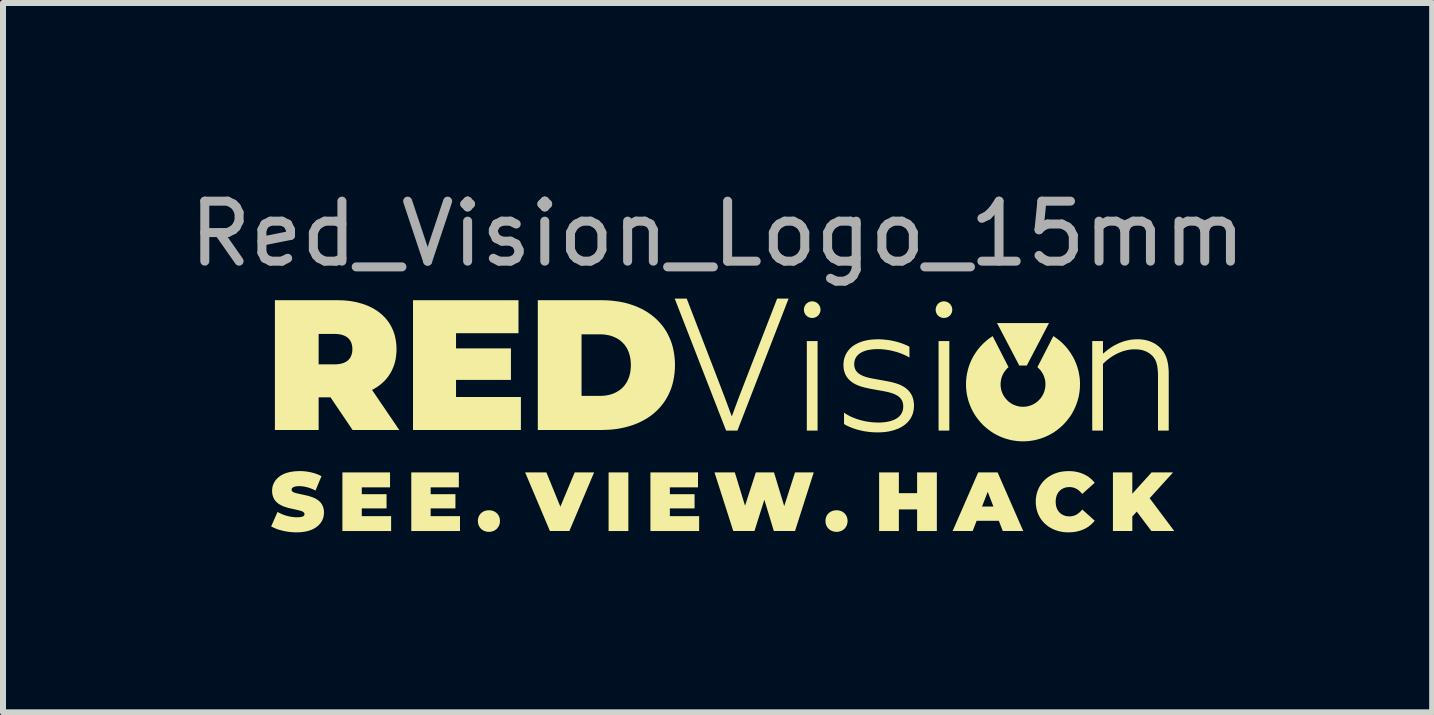
<source format=kicad_pcb>
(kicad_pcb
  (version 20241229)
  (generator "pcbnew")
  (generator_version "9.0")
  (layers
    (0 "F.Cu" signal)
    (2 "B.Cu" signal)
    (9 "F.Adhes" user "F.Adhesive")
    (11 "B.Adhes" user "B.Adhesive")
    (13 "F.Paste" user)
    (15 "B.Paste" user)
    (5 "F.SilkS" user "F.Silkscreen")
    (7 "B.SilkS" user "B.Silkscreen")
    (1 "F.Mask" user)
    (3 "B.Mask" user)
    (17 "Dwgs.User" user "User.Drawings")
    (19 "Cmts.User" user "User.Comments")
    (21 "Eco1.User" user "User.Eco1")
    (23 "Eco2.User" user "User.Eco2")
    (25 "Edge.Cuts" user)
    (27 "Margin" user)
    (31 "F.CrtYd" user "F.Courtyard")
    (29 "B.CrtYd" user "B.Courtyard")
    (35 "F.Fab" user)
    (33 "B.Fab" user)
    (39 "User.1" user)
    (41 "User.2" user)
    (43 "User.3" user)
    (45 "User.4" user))
  (footprint "Red_Vision_Logo_15mm"
    (layer "F.Cu")
    (at 8.986 3.848)
    (property "Reference" "Red_Vision_Logo_15mm" (at -0.075 -3 0) (unlocked yes) (layer "F.Fab") (effects (font (size 1 1) (thickness 0.15))))
    (attr board_only exclude_from_pos_files exclude_from_bom)
    (fp_poly (pts (xy 2.597 0.309) (xy 2.597 0.309) (xy 2.597 0.309)) (stroke (width 0) (type solid)) (fill yes) (layer "F.SilkS"))
    (fp_poly (pts (xy 4.678 1.953) (xy 4.678 1.953) (xy 4.678 1.953)) (stroke (width 0) (type solid)) (fill yes) (layer "F.SilkS"))
    (fp_poly (pts (xy -1.563 1.953) (xy -1.892 1.953) (xy -1.892 0.976) (xy -1.563 0.976)) (stroke (width 0) (type solid)) (fill yes) (layer "F.SilkS"))
    (fp_poly (pts (xy 1.591 0.279) (xy 1.412 0.279) (xy 1.412 -1.213) (xy 1.591 -1.213)) (stroke (width 0) (type solid)) (fill yes) (layer "F.SilkS"))
    (fp_poly (pts (xy 3.787 0.279) (xy 3.608 0.279) (xy 3.608 -1.213) (xy 3.787 -1.213)) (stroke (width 0) (type solid)) (fill yes) (layer "F.SilkS"))
    (fp_poly (pts (xy 5.078 -0.805) (xy 4.953 -0.805) (xy 4.582 -1.513) (xy 5.448 -1.513)) (stroke (width 0) (type solid)) (fill yes) (layer "F.SilkS"))
    (fp_poly (pts (xy -2.696 1.547) (xy -2.457 0.976) (xy -2.134 0.976) (xy -2.546 1.953) (xy -2.87 1.953) (xy -3.283 0.976) (xy -2.929 0.976)) (stroke (width 0) (type solid)) (fill yes) (layer "F.SilkS"))
    (fp_poly (pts (xy -5.535 1.225) (xy -6.006 1.225) (xy -6.006 1.339) (xy -5.593 1.339) (xy -5.593 1.576) (xy -6.006 1.576) (xy -6.006 1.705) (xy -5.517 1.705) (xy -5.517 1.953) (xy -6.329 1.953) (xy -6.329 0.976) (xy -5.535 0.976)) (stroke (width 0) (type solid)) (fill yes) (layer "F.SilkS"))
    (fp_poly (pts (xy -4.388 1.225) (xy -4.858 1.225) (xy -4.858 1.339) (xy -4.445 1.339) (xy -4.445 1.576) (xy -4.858 1.576) (xy -4.858 1.705) (xy -4.369 1.705) (xy -4.369 1.953) (xy -5.181 1.953) (xy -5.181 0.976) (xy -4.388 0.976)) (stroke (width 0) (type solid)) (fill yes) (layer "F.SilkS"))
    (fp_poly (pts (xy -3.394 -1.344) (xy -4.435 -1.344) (xy -4.435 -1.091) (xy -3.52 -1.091) (xy -3.52 -0.566) (xy -4.435 -0.566) (xy -4.435 -0.281) (xy -3.354 -0.281) (xy -3.354 0.269) (xy -5.152 0.269) (xy -5.152 -1.894) (xy -3.394 -1.894)) (stroke (width 0) (type solid)) (fill yes) (layer "F.SilkS"))
    (fp_poly (pts (xy -0.402 1.225) (xy -0.871 1.225) (xy -0.871 1.339) (xy -0.459 1.339) (xy -0.459 1.576) (xy -0.871 1.576) (xy -0.871 1.705) (xy -0.383 1.705) (xy -0.383 1.953) (xy -1.195 1.953) (xy -1.195 0.976) (xy -0.402 0.976)) (stroke (width 0) (type solid)) (fill yes) (layer "F.SilkS"))
    (fp_poly (pts (xy 2.946 1.322) (xy 3.25 1.322) (xy 3.25 0.976) (xy 3.579 0.976) (xy 3.579 1.953) (xy 3.25 1.953) (xy 3.25 1.593) (xy 2.946 1.593) (xy 2.946 1.953) (xy 2.617 1.953) (xy 2.617 0.976) (xy 2.946 0.976)) (stroke (width 0) (type solid)) (fill yes) (layer "F.SilkS"))
    (fp_poly (pts (xy 6.837 1.331) (xy 7.158 0.976) (xy 7.516 0.976) (xy 7.126 1.406) (xy 7.536 1.953) (xy 7.155 1.953) (xy 6.911 1.629) (xy 6.837 1.711) (xy 6.837 1.953) (xy 6.514 1.953) (xy 6.514 0.976) (xy 6.837 0.976)) (stroke (width 0) (type solid)) (fill yes) (layer "F.SilkS"))
    (fp_poly (pts (xy 0.382 1.531) (xy 0.562 0.976) (xy 0.865 0.976) (xy 1.035 1.538) (xy 1.215 0.976) (xy 1.527 0.976) (xy 1.215 1.953) (xy 0.862 1.953) (xy 0.704 1.431) (xy 0.539 1.953) (xy 0.186 1.953) (xy -0.127 0.976) (xy 0.212 0.976)) (stroke (width 0) (type solid)) (fill yes) (layer "F.SilkS"))
    (fp_poly (pts (xy -0.082 -0.603) (xy 0.038 -0.289) (xy 0.098 -0.129) (xy 0.158 0.035) (xy 0.164 0.035) (xy 0.285 -0.29) (xy 0.346 -0.448) (xy 0.407 -0.606) (xy 0.917 -1.921) (xy 1.108 -1.921) (xy 0.255 0.279) (xy 0.066 0.279) (xy 0.066 0.278) (xy -0.79 -1.921) (xy -0.59 -1.921)) (stroke (width 0) (type solid)) (fill yes) (layer "F.SilkS"))
    (fp_poly (pts (xy 5.019 1.953) (xy 4.678 1.953) (xy 4.613 1.783) (xy 4.242 1.783) (xy 4.176 1.953) (xy 3.842 1.953) (xy 4.02 1.545) (xy 4.332 1.545) (xy 4.332 1.545) (xy 4.522 1.545) (xy 4.427 1.3) (xy 4.332 1.545) (xy 4.02 1.545) (xy 4.268 0.976) (xy 4.592 0.976)) (stroke (width 0) (type solid)) (fill yes) (layer "F.SilkS"))
    (fp_poly (pts (xy 6.951 -1.243) (xy 6.98 -1.241) (xy 7.008 -1.238) (xy 7.035 -1.234) (xy 7.062 -1.229) (xy 7.088 -1.222) (xy 7.113 -1.215) (xy 7.138 -1.206) (xy 7.161 -1.196) (xy 7.184 -1.185) (xy 7.207 -1.173) (xy 7.229 -1.16) (xy 7.249 -1.145) (xy 7.27 -1.129) (xy 7.289 -1.113) (xy 7.308 -1.094) (xy 7.326 -1.075) (xy 7.342 -1.054) (xy 7.358 -1.033) (xy 7.371 -1.01) (xy 7.384 -0.987) (xy 7.395 -0.962) (xy 7.405 -0.937) (xy 7.414 -0.91) (xy 7.421 -0.882) (xy 7.428 -0.853) (xy 7.433 -0.823) (xy 7.437 -0.791) (xy 7.44 -0.759) (xy 7.443 -0.724) (xy 7.444 -0.688) (xy 7.444 -0.651) (xy 7.444 0.279) (xy 7.265 0.279) (xy 7.265 -0.627) (xy 7.265 -0.657) (xy 7.264 -0.686) (xy 7.262 -0.713) (xy 7.26 -0.739) (xy 7.257 -0.764) (xy 7.254 -0.788) (xy 7.249 -0.811) (xy 7.244 -0.832) (xy 7.238 -0.853) (xy 7.231 -0.873) (xy 7.223 -0.891) (xy 7.214 -0.909) (xy 7.204 -0.925) (xy 7.193 -0.941) (xy 7.181 -0.956) (xy 7.168 -0.97) (xy 7.154 -0.983) (xy 7.14 -0.994) (xy 7.126 -1.006) (xy 7.11 -1.016) (xy 7.094 -1.025) (xy 7.078 -1.034) (xy 7.061 -1.042) (xy 7.043 -1.049) (xy 7.025 -1.055) (xy 7.006 -1.061) (xy 6.986 -1.066) (xy 6.966 -1.069) (xy 6.945 -1.072) (xy 6.924 -1.074) (xy 6.902 -1.076) (xy 6.879 -1.076) (xy 6.842 -1.075) (xy 6.805 -1.072) (xy 6.768 -1.066) (xy 6.732 -1.058) (xy 6.696 -1.049) (xy 6.661 -1.037) (xy 6.626 -1.023) (xy 6.592 -1.008) (xy 6.559 -0.991) (xy 6.526 -0.973) (xy 6.494 -0.953) (xy 6.463 -0.931) (xy 6.433 -0.909) (xy 6.403 -0.885) (xy 6.375 -0.859) (xy 6.348 -0.833) (xy 6.348 0.279) (xy 6.169 0.279) (xy 6.169 -1.213) (xy 6.348 -1.213) (xy 6.348 -1.009) (xy 6.354 -1.006) (xy 6.379 -1.029) (xy 6.406 -1.051) (xy 6.434 -1.073) (xy 6.464 -1.094) (xy 6.495 -1.115) (xy 6.528 -1.135) (xy 6.562 -1.153) (xy 6.597 -1.17) (xy 6.633 -1.186) (xy 6.671 -1.2) (xy 6.71 -1.213) (xy 6.75 -1.223) (xy 6.792 -1.232) (xy 6.834 -1.238) (xy 6.877 -1.242) (xy 6.922 -1.243)) (stroke (width 0) (type solid)) (fill yes) (layer "F.SilkS"))
    (fp_poly (pts (xy -3.877 1.607) (xy -3.868 1.608) (xy -3.858 1.609) (xy -3.849 1.61) (xy -3.84 1.612) (xy -3.831 1.614) (xy -3.822 1.617) (xy -3.814 1.62) (xy -3.806 1.623) (xy -3.798 1.627) (xy -3.79 1.631) (xy -3.783 1.635) (xy -3.776 1.64) (xy -3.769 1.645) (xy -3.762 1.65) (xy -3.756 1.656) (xy -3.75 1.662) (xy -3.744 1.668) (xy -3.739 1.675) (xy -3.734 1.682) (xy -3.729 1.689) (xy -3.724 1.696) (xy -3.721 1.704) (xy -3.717 1.712) (xy -3.714 1.72) (xy -3.711 1.729) (xy -3.708 1.738) (xy -3.706 1.747) (xy -3.705 1.756) (xy -3.704 1.766) (xy -3.703 1.775) (xy -3.703 1.785) (xy -3.703 1.795) (xy -3.704 1.805) (xy -3.705 1.814) (xy -3.706 1.824) (xy -3.708 1.833) (xy -3.711 1.841) (xy -3.714 1.85) (xy -3.717 1.858) (xy -3.721 1.867) (xy -3.724 1.874) (xy -3.729 1.882) (xy -3.734 1.889) (xy -3.739 1.896) (xy -3.744 1.903) (xy -3.75 1.91) (xy -3.756 1.916) (xy -3.762 1.922) (xy -3.769 1.927) (xy -3.776 1.932) (xy -3.783 1.937) (xy -3.79 1.942) (xy -3.798 1.946) (xy -3.806 1.95) (xy -3.814 1.953) (xy -3.822 1.956) (xy -3.831 1.959) (xy -3.84 1.961) (xy -3.849 1.963) (xy -3.858 1.965) (xy -3.868 1.966) (xy -3.877 1.966) (xy -3.887 1.967) (xy -3.897 1.966) (xy -3.906 1.966) (xy -3.916 1.965) (xy -3.925 1.963) (xy -3.934 1.961) (xy -3.943 1.959) (xy -3.951 1.956) (xy -3.96 1.953) (xy -3.968 1.95) (xy -3.976 1.946) (xy -3.984 1.942) (xy -3.991 1.937) (xy -3.998 1.932) (xy -4.005 1.927) (xy -4.012 1.922) (xy -4.018 1.916) (xy -4.024 1.91) (xy -4.03 1.903) (xy -4.035 1.896) (xy -4.04 1.889) (xy -4.045 1.882) (xy -4.049 1.874) (xy -4.053 1.867) (xy -4.057 1.858) (xy -4.06 1.85) (xy -4.063 1.842) (xy -4.065 1.833) (xy -4.067 1.824) (xy -4.069 1.814) (xy -4.07 1.805) (xy -4.071 1.795) (xy -4.071 1.785) (xy -4.071 1.775) (xy -4.07 1.766) (xy -4.069 1.756) (xy -4.067 1.747) (xy -4.065 1.738) (xy -4.063 1.729) (xy -4.06 1.72) (xy -4.057 1.712) (xy -4.053 1.704) (xy -4.049 1.696) (xy -4.045 1.689) (xy -4.04 1.682) (xy -4.035 1.675) (xy -4.03 1.668) (xy -4.024 1.662) (xy -4.018 1.656) (xy -4.012 1.65) (xy -4.005 1.645) (xy -3.998 1.64) (xy -3.991 1.635) (xy -3.984 1.631) (xy -3.976 1.627) (xy -3.968 1.623) (xy -3.96 1.62) (xy -3.951 1.617) (xy -3.943 1.614) (xy -3.934 1.612) (xy -3.925 1.61) (xy -3.916 1.609) (xy -3.906 1.608) (xy -3.897 1.607) (xy -3.887 1.607)) (stroke (width 0) (type solid)) (fill yes) (layer "F.SilkS"))
    (fp_poly (pts (xy 1.507 -1.875) (xy 1.515 -1.874) (xy 1.522 -1.873) (xy 1.529 -1.872) (xy 1.536 -1.871) (xy 1.542 -1.869) (xy 1.549 -1.867) (xy 1.555 -1.864) (xy 1.562 -1.861) (xy 1.568 -1.858) (xy 1.573 -1.855) (xy 1.579 -1.851) (xy 1.585 -1.847) (xy 1.59 -1.843) (xy 1.595 -1.838) (xy 1.6 -1.834) (xy 1.604 -1.829) (xy 1.609 -1.824) (xy 1.613 -1.818) (xy 1.616 -1.813) (xy 1.62 -1.807) (xy 1.623 -1.801) (xy 1.626 -1.795) (xy 1.629 -1.789) (xy 1.632 -1.783) (xy 1.634 -1.776) (xy 1.636 -1.77) (xy 1.637 -1.763) (xy 1.638 -1.756) (xy 1.639 -1.749) (xy 1.64 -1.742) (xy 1.64 -1.735) (xy 1.64 -1.728) (xy 1.639 -1.721) (xy 1.638 -1.714) (xy 1.637 -1.708) (xy 1.636 -1.701) (xy 1.634 -1.695) (xy 1.632 -1.688) (xy 1.629 -1.682) (xy 1.626 -1.676) (xy 1.623 -1.67) (xy 1.62 -1.664) (xy 1.616 -1.659) (xy 1.613 -1.653) (xy 1.609 -1.648) (xy 1.604 -1.643) (xy 1.6 -1.638) (xy 1.595 -1.634) (xy 1.59 -1.63) (xy 1.585 -1.626) (xy 1.579 -1.622) (xy 1.573 -1.618) (xy 1.568 -1.615) (xy 1.562 -1.612) (xy 1.555 -1.609) (xy 1.549 -1.607) (xy 1.542 -1.605) (xy 1.536 -1.603) (xy 1.529 -1.601) (xy 1.522 -1.6) (xy 1.515 -1.599) (xy 1.507 -1.599) (xy 1.5 -1.599) (xy 1.493 -1.599) (xy 1.486 -1.599) (xy 1.479 -1.6) (xy 1.472 -1.601) (xy 1.466 -1.603) (xy 1.459 -1.605) (xy 1.453 -1.607) (xy 1.447 -1.609) (xy 1.441 -1.612) (xy 1.435 -1.615) (xy 1.429 -1.618) (xy 1.423 -1.622) (xy 1.418 -1.626) (xy 1.413 -1.63) (xy 1.408 -1.634) (xy 1.403 -1.639) (xy 1.399 -1.643) (xy 1.394 -1.648) (xy 1.39 -1.653) (xy 1.387 -1.659) (xy 1.383 -1.664) (xy 1.38 -1.67) (xy 1.377 -1.676) (xy 1.374 -1.682) (xy 1.372 -1.688) (xy 1.369 -1.695) (xy 1.368 -1.701) (xy 1.366 -1.708) (xy 1.365 -1.714) (xy 1.364 -1.721) (xy 1.364 -1.728) (xy 1.363 -1.735) (xy 1.364 -1.742) (xy 1.364 -1.749) (xy 1.365 -1.756) (xy 1.366 -1.763) (xy 1.368 -1.77) (xy 1.369 -1.776) (xy 1.372 -1.783) (xy 1.374 -1.789) (xy 1.377 -1.795) (xy 1.38 -1.801) (xy 1.383 -1.807) (xy 1.387 -1.813) (xy 1.39 -1.818) (xy 1.394 -1.824) (xy 1.399 -1.829) (xy 1.403 -1.834) (xy 1.408 -1.838) (xy 1.413 -1.843) (xy 1.418 -1.847) (xy 1.424 -1.851) (xy 1.429 -1.855) (xy 1.435 -1.858) (xy 1.441 -1.861) (xy 1.447 -1.864) (xy 1.453 -1.867) (xy 1.459 -1.869) (xy 1.466 -1.871) (xy 1.472 -1.872) (xy 1.479 -1.873) (xy 1.486 -1.874) (xy 1.493 -1.875) (xy 1.5 -1.875)) (stroke (width 0) (type solid)) (fill yes) (layer "F.SilkS"))
    (fp_poly (pts (xy 1.917 1.607) (xy 1.926 1.608) (xy 1.936 1.609) (xy 1.945 1.61) (xy 1.954 1.612) (xy 1.963 1.614) (xy 1.971 1.617) (xy 1.98 1.62) (xy 1.988 1.623) (xy 1.996 1.627) (xy 2.004 1.631) (xy 2.011 1.635) (xy 2.018 1.64) (xy 2.025 1.645) (xy 2.032 1.65) (xy 2.038 1.656) (xy 2.044 1.662) (xy 2.05 1.668) (xy 2.055 1.675) (xy 2.06 1.682) (xy 2.065 1.689) (xy 2.069 1.696) (xy 2.073 1.704) (xy 2.077 1.712) (xy 2.08 1.72) (xy 2.083 1.729) (xy 2.085 1.738) (xy 2.087 1.747) (xy 2.089 1.756) (xy 2.09 1.766) (xy 2.091 1.775) (xy 2.091 1.785) (xy 2.091 1.795) (xy 2.09 1.805) (xy 2.089 1.814) (xy 2.087 1.824) (xy 2.085 1.833) (xy 2.083 1.841) (xy 2.08 1.85) (xy 2.077 1.858) (xy 2.073 1.867) (xy 2.069 1.874) (xy 2.065 1.882) (xy 2.06 1.889) (xy 2.055 1.896) (xy 2.05 1.903) (xy 2.044 1.91) (xy 2.038 1.916) (xy 2.032 1.922) (xy 2.025 1.927) (xy 2.018 1.932) (xy 2.011 1.937) (xy 2.004 1.942) (xy 1.996 1.946) (xy 1.988 1.95) (xy 1.98 1.953) (xy 1.971 1.956) (xy 1.963 1.959) (xy 1.954 1.961) (xy 1.945 1.963) (xy 1.936 1.965) (xy 1.926 1.966) (xy 1.917 1.966) (xy 1.907 1.967) (xy 1.897 1.966) (xy 1.888 1.966) (xy 1.878 1.965) (xy 1.869 1.963) (xy 1.86 1.961) (xy 1.851 1.959) (xy 1.842 1.956) (xy 1.834 1.953) (xy 1.826 1.95) (xy 1.818 1.946) (xy 1.81 1.942) (xy 1.803 1.937) (xy 1.795 1.932) (xy 1.789 1.927) (xy 1.782 1.922) (xy 1.776 1.916) (xy 1.77 1.91) (xy 1.764 1.903) (xy 1.758 1.896) (xy 1.753 1.889) (xy 1.749 1.882) (xy 1.744 1.874) (xy 1.74 1.867) (xy 1.737 1.858) (xy 1.734 1.85) (xy 1.731 1.842) (xy 1.728 1.833) (xy 1.726 1.824) (xy 1.725 1.814) (xy 1.724 1.805) (xy 1.723 1.795) (xy 1.723 1.785) (xy 1.723 1.775) (xy 1.724 1.766) (xy 1.725 1.756) (xy 1.726 1.747) (xy 1.728 1.738) (xy 1.731 1.729) (xy 1.734 1.72) (xy 1.737 1.712) (xy 1.74 1.704) (xy 1.744 1.696) (xy 1.749 1.689) (xy 1.753 1.682) (xy 1.758 1.675) (xy 1.764 1.668) (xy 1.77 1.662) (xy 1.776 1.656) (xy 1.782 1.65) (xy 1.789 1.645) (xy 1.795 1.64) (xy 1.803 1.635) (xy 1.81 1.631) (xy 1.818 1.627) (xy 1.826 1.623) (xy 1.834 1.62) (xy 1.842 1.617) (xy 1.851 1.614) (xy 1.86 1.612) (xy 1.869 1.61) (xy 1.878 1.609) (xy 1.888 1.608) (xy 1.897 1.607) (xy 1.907 1.607)) (stroke (width 0) (type solid)) (fill yes) (layer "F.SilkS"))
    (fp_poly (pts (xy 3.703 -1.875) (xy 3.711 -1.874) (xy 3.718 -1.873) (xy 3.725 -1.872) (xy 3.732 -1.871) (xy 3.738 -1.869) (xy 3.745 -1.867) (xy 3.751 -1.864) (xy 3.758 -1.861) (xy 3.764 -1.858) (xy 3.769 -1.855) (xy 3.775 -1.851) (xy 3.781 -1.847) (xy 3.786 -1.843) (xy 3.791 -1.838) (xy 3.796 -1.834) (xy 3.8 -1.829) (xy 3.805 -1.824) (xy 3.809 -1.818) (xy 3.812 -1.813) (xy 3.816 -1.807) (xy 3.819 -1.801) (xy 3.822 -1.795) (xy 3.825 -1.789) (xy 3.828 -1.783) (xy 3.83 -1.776) (xy 3.832 -1.77) (xy 3.833 -1.763) (xy 3.834 -1.756) (xy 3.835 -1.749) (xy 3.836 -1.742) (xy 3.836 -1.735) (xy 3.836 -1.728) (xy 3.835 -1.721) (xy 3.834 -1.714) (xy 3.833 -1.708) (xy 3.832 -1.701) (xy 3.83 -1.695) (xy 3.828 -1.688) (xy 3.825 -1.682) (xy 3.822 -1.676) (xy 3.819 -1.67) (xy 3.816 -1.664) (xy 3.812 -1.659) (xy 3.809 -1.653) (xy 3.805 -1.648) (xy 3.8 -1.643) (xy 3.796 -1.638) (xy 3.791 -1.634) (xy 3.786 -1.63) (xy 3.781 -1.626) (xy 3.775 -1.622) (xy 3.769 -1.618) (xy 3.764 -1.615) (xy 3.758 -1.612) (xy 3.751 -1.609) (xy 3.745 -1.607) (xy 3.738 -1.605) (xy 3.732 -1.603) (xy 3.725 -1.601) (xy 3.718 -1.6) (xy 3.711 -1.599) (xy 3.703 -1.599) (xy 3.696 -1.599) (xy 3.689 -1.599) (xy 3.682 -1.599) (xy 3.675 -1.6) (xy 3.668 -1.601) (xy 3.662 -1.603) (xy 3.655 -1.605) (xy 3.649 -1.607) (xy 3.643 -1.609) (xy 3.637 -1.612) (xy 3.631 -1.615) (xy 3.625 -1.618) (xy 3.619 -1.622) (xy 3.614 -1.626) (xy 3.609 -1.63) (xy 3.604 -1.634) (xy 3.599 -1.639) (xy 3.595 -1.643) (xy 3.59 -1.648) (xy 3.586 -1.653) (xy 3.583 -1.659) (xy 3.579 -1.664) (xy 3.576 -1.67) (xy 3.573 -1.676) (xy 3.57 -1.682) (xy 3.568 -1.688) (xy 3.565 -1.695) (xy 3.564 -1.701) (xy 3.562 -1.708) (xy 3.561 -1.714) (xy 3.56 -1.721) (xy 3.56 -1.728) (xy 3.559 -1.735) (xy 3.56 -1.742) (xy 3.56 -1.749) (xy 3.561 -1.756) (xy 3.562 -1.763) (xy 3.564 -1.77) (xy 3.565 -1.776) (xy 3.568 -1.783) (xy 3.57 -1.789) (xy 3.573 -1.795) (xy 3.576 -1.801) (xy 3.579 -1.807) (xy 3.583 -1.813) (xy 3.586 -1.818) (xy 3.59 -1.824) (xy 3.595 -1.829) (xy 3.599 -1.834) (xy 3.604 -1.838) (xy 3.609 -1.843) (xy 3.614 -1.847) (xy 3.619 -1.851) (xy 3.625 -1.855) (xy 3.631 -1.858) (xy 3.637 -1.861) (xy 3.643 -1.864) (xy 3.649 -1.867) (xy 3.655 -1.869) (xy 3.662 -1.871) (xy 3.668 -1.872) (xy 3.675 -1.873) (xy 3.682 -1.874) (xy 3.689 -1.875) (xy 3.696 -1.875)) (stroke (width 0) (type solid)) (fill yes) (layer "F.SilkS"))
    (fp_poly (pts (xy -1.939 -1.893) (xy -1.873 -1.889) (xy -1.809 -1.883) (xy -1.746 -1.875) (xy -1.685 -1.865) (xy -1.625 -1.852) (xy -1.567 -1.837) (xy -1.511 -1.819) (xy -1.456 -1.8) (xy -1.403 -1.778) (xy -1.352 -1.755) (xy -1.302 -1.729) (xy -1.255 -1.701) (xy -1.21 -1.671) (xy -1.166 -1.639) (xy -1.125 -1.605) (xy -1.086 -1.569) (xy -1.049 -1.531) (xy -1.014 -1.491) (xy -0.981 -1.45) (xy -0.951 -1.406) (xy -0.923 -1.361) (xy -0.898 -1.313) (xy -0.875 -1.265) (xy -0.854 -1.214) (xy -0.836 -1.161) (xy -0.821 -1.107) (xy -0.809 -1.052) (xy -0.799 -0.994) (xy -0.792 -0.935) (xy -0.787 -0.875) (xy -0.786 -0.813) (xy -0.787 -0.751) (xy -0.792 -0.69) (xy -0.799 -0.631) (xy -0.809 -0.574) (xy -0.821 -0.518) (xy -0.836 -0.464) (xy -0.854 -0.411) (xy -0.875 -0.361) (xy -0.898 -0.312) (xy -0.923 -0.265) (xy -0.951 -0.219) (xy -0.981 -0.176) (xy -1.014 -0.134) (xy -1.049 -0.094) (xy -1.086 -0.056) (xy -1.125 -0.02) (xy -1.166 0.014) (xy -1.21 0.046) (xy -1.255 0.076) (xy -1.302 0.103) (xy -1.352 0.129) (xy -1.403 0.153) (xy -1.456 0.175) (xy -1.511 0.194) (xy -1.567 0.211) (xy -1.625 0.226) (xy -1.685 0.239) (xy -1.746 0.25) (xy -1.809 0.258) (xy -1.873 0.264) (xy -2.006 0.269) (xy -3.072 0.269) (xy -3.072 -0.3) (xy -2.343 -0.3) (xy -2.037 -0.3) (xy -2.009 -0.3) (xy -1.981 -0.302) (xy -1.954 -0.304) (xy -1.927 -0.308) (xy -1.901 -0.313) (xy -1.876 -0.319) (xy -1.852 -0.325) (xy -1.828 -0.333) (xy -1.805 -0.342) (xy -1.782 -0.352) (xy -1.761 -0.363) (xy -1.74 -0.375) (xy -1.72 -0.388) (xy -1.7 -0.402) (xy -1.682 -0.416) (xy -1.665 -0.432) (xy -1.648 -0.449) (xy -1.632 -0.467) (xy -1.618 -0.485) (xy -1.604 -0.505) (xy -1.591 -0.526) (xy -1.579 -0.547) (xy -1.569 -0.57) (xy -1.559 -0.593) (xy -1.55 -0.617) (xy -1.543 -0.643) (xy -1.536 -0.669) (xy -1.531 -0.696) (xy -1.527 -0.724) (xy -1.524 -0.752) (xy -1.522 -0.782) (xy -1.521 -0.813) (xy -1.522 -0.843) (xy -1.524 -0.873) (xy -1.527 -0.902) (xy -1.531 -0.93) (xy -1.536 -0.957) (xy -1.543 -0.983) (xy -1.55 -1.008) (xy -1.559 -1.032) (xy -1.569 -1.056) (xy -1.579 -1.078) (xy -1.591 -1.1) (xy -1.604 -1.12) (xy -1.618 -1.14) (xy -1.632 -1.159) (xy -1.648 -1.176) (xy -1.665 -1.193) (xy -1.682 -1.209) (xy -1.7 -1.224) (xy -1.72 -1.238) (xy -1.74 -1.251) (xy -1.761 -1.262) (xy -1.782 -1.273) (xy -1.805 -1.283) (xy -1.828 -1.292) (xy -1.852 -1.3) (xy -1.876 -1.307) (xy -1.901 -1.312) (xy -1.927 -1.317) (xy -1.954 -1.321) (xy -1.981 -1.324) (xy -2.009 -1.325) (xy -2.037 -1.326) (xy -2.343 -1.326) (xy -2.343 -0.3) (xy -3.072 -0.3) (xy -3.072 -1.894) (xy -2.006 -1.894)) (stroke (width 0) (type solid)) (fill yes) (layer "F.SilkS"))
    (fp_poly (pts (xy -6.357 -1.893) (xy -6.302 -1.891) (xy -6.249 -1.886) (xy -6.197 -1.88) (xy -6.147 -1.872) (xy -6.098 -1.862) (xy -6.051 -1.85) (xy -6.005 -1.837) (xy -5.96 -1.822) (xy -5.917 -1.806) (xy -5.876 -1.788) (xy -5.836 -1.768) (xy -5.798 -1.747) (xy -5.762 -1.724) (xy -5.727 -1.7) (xy -5.694 -1.674) (xy -5.663 -1.647) (xy -5.633 -1.618) (xy -5.606 -1.588) (xy -5.58 -1.557) (xy -5.556 -1.524) (xy -5.534 -1.49) (xy -5.514 -1.454) (xy -5.496 -1.417) (xy -5.48 -1.379) (xy -5.466 -1.34) (xy -5.454 -1.299) (xy -5.445 -1.257) (xy -5.437 -1.214) (xy -5.432 -1.17) (xy -5.428 -1.125) (xy -5.427 -1.078) (xy -5.427 -1.049) (xy -5.429 -1.021) (xy -5.431 -0.993) (xy -5.434 -0.965) (xy -5.438 -0.938) (xy -5.442 -0.911) (xy -5.448 -0.885) (xy -5.454 -0.859) (xy -5.461 -0.834) (xy -5.469 -0.809) (xy -5.478 -0.785) (xy -5.488 -0.761) (xy -5.498 -0.738) (xy -5.509 -0.715) (xy -5.521 -0.693) (xy -5.534 -0.671) (xy -5.547 -0.65) (xy -5.561 -0.629) (xy -5.576 -0.609) (xy -5.592 -0.59) (xy -5.608 -0.571) (xy -5.625 -0.552) (xy -5.643 -0.534) (xy -5.662 -0.517) (xy -5.681 -0.5) (xy -5.701 -0.484) (xy -5.722 -0.468) (xy -5.743 -0.453) (xy -5.765 -0.439) (xy -5.788 -0.425) (xy -5.811 -0.411) (xy -5.835 -0.399) (xy -5.381 0.269) (xy -6.159 0.269) (xy -6.527 -0.275) (xy -6.725 -0.275) (xy -6.725 0.269) (xy -7.454 0.269) (xy -7.454 -0.825) (xy -6.725 -0.825) (xy -6.459 -0.825) (xy -6.441 -0.825) (xy -6.423 -0.826) (xy -6.406 -0.828) (xy -6.389 -0.83) (xy -6.373 -0.832) (xy -6.357 -0.835) (xy -6.342 -0.839) (xy -6.328 -0.843) (xy -6.315 -0.847) (xy -6.301 -0.852) (xy -6.289 -0.858) (xy -6.277 -0.864) (xy -6.266 -0.87) (xy -6.255 -0.877) (xy -6.245 -0.885) (xy -6.236 -0.893) (xy -6.227 -0.901) (xy -6.218 -0.91) (xy -6.211 -0.919) (xy -6.204 -0.929) (xy -6.197 -0.939) (xy -6.191 -0.95) (xy -6.186 -0.961) (xy -6.181 -0.972) (xy -6.177 -0.984) (xy -6.173 -0.997) (xy -6.17 -1.009) (xy -6.167 -1.022) (xy -6.165 -1.036) (xy -6.164 -1.05) (xy -6.163 -1.064) (xy -6.163 -1.078) (xy -6.163 -1.079) (xy -6.164 -1.107) (xy -6.165 -1.121) (xy -6.167 -1.135) (xy -6.17 -1.148) (xy -6.173 -1.161) (xy -6.177 -1.173) (xy -6.181 -1.185) (xy -6.186 -1.196) (xy -6.191 -1.207) (xy -6.197 -1.218) (xy -6.204 -1.228) (xy -6.211 -1.238) (xy -6.218 -1.247) (xy -6.227 -1.256) (xy -6.236 -1.264) (xy -6.245 -1.272) (xy -6.255 -1.28) (xy -6.266 -1.287) (xy -6.277 -1.293) (xy -6.289 -1.299) (xy -6.302 -1.305) (xy -6.315 -1.31) (xy -6.328 -1.315) (xy -6.343 -1.319) (xy -6.357 -1.322) (xy -6.373 -1.325) (xy -6.389 -1.328) (xy -6.406 -1.329) (xy -6.423 -1.331) (xy -6.459 -1.332) (xy -6.725 -1.332) (xy -6.725 -0.825) (xy -7.454 -0.825) (xy -7.454 -1.894) (xy -6.413 -1.894)) (stroke (width 0) (type solid)) (fill yes) (layer "F.SilkS"))
    (fp_poly (pts (xy 5.807 0.955) (xy 5.841 0.957) (xy 5.875 0.961) (xy 5.907 0.967) (xy 5.939 0.974) (xy 5.969 0.983) (xy 5.998 0.993) (xy 6.026 1.005) (xy 6.053 1.018) (xy 6.079 1.032) (xy 6.104 1.048) (xy 6.127 1.066) (xy 6.15 1.085) (xy 6.171 1.105) (xy 6.191 1.126) (xy 6.21 1.149) (xy 6.002 1.335) (xy 5.991 1.322) (xy 5.98 1.309) (xy 5.968 1.297) (xy 5.957 1.286) (xy 5.945 1.276) (xy 5.932 1.267) (xy 5.92 1.258) (xy 5.907 1.25) (xy 5.893 1.244) (xy 5.879 1.237) (xy 5.865 1.232) (xy 5.851 1.228) (xy 5.836 1.225) (xy 5.82 1.222) (xy 5.805 1.221) (xy 5.788 1.22) (xy 5.776 1.221) (xy 5.763 1.222) (xy 5.751 1.223) (xy 5.739 1.225) (xy 5.728 1.227) (xy 5.716 1.23) (xy 5.706 1.234) (xy 5.695 1.238) (xy 5.685 1.242) (xy 5.675 1.247) (xy 5.665 1.252) (xy 5.656 1.258) (xy 5.647 1.265) (xy 5.639 1.271) (xy 5.63 1.279) (xy 5.623 1.287) (xy 5.615 1.295) (xy 5.608 1.303) (xy 5.602 1.312) (xy 5.596 1.322) (xy 5.59 1.332) (xy 5.585 1.342) (xy 5.58 1.352) (xy 5.576 1.363) (xy 5.572 1.375) (xy 5.569 1.387) (xy 5.566 1.399) (xy 5.564 1.411) (xy 5.562 1.424) (xy 5.561 1.437) (xy 5.56 1.451) (xy 5.56 1.465) (xy 5.56 1.478) (xy 5.561 1.492) (xy 5.562 1.505) (xy 5.564 1.518) (xy 5.566 1.53) (xy 5.569 1.543) (xy 5.572 1.554) (xy 5.576 1.566) (xy 5.58 1.577) (xy 5.585 1.587) (xy 5.59 1.598) (xy 5.596 1.607) (xy 5.602 1.617) (xy 5.608 1.626) (xy 5.615 1.634) (xy 5.623 1.643) (xy 5.63 1.65) (xy 5.639 1.658) (xy 5.647 1.664) (xy 5.656 1.671) (xy 5.665 1.677) (xy 5.675 1.682) (xy 5.685 1.687) (xy 5.695 1.692) (xy 5.706 1.695) (xy 5.716 1.699) (xy 5.728 1.702) (xy 5.739 1.704) (xy 5.751 1.706) (xy 5.763 1.708) (xy 5.776 1.708) (xy 5.788 1.709) (xy 5.805 1.708) (xy 5.82 1.707) (xy 5.836 1.704) (xy 5.851 1.701) (xy 5.865 1.697) (xy 5.879 1.692) (xy 5.893 1.686) (xy 5.907 1.679) (xy 5.92 1.671) (xy 5.932 1.662) (xy 5.945 1.653) (xy 5.957 1.643) (xy 5.968 1.632) (xy 5.98 1.62) (xy 5.991 1.608) (xy 6.002 1.594) (xy 6.21 1.78) (xy 6.191 1.803) (xy 6.171 1.824) (xy 6.15 1.844) (xy 6.127 1.863) (xy 6.104 1.881) (xy 6.079 1.897) (xy 6.053 1.911) (xy 6.026 1.924) (xy 5.998 1.936) (xy 5.969 1.946) (xy 5.939 1.955) (xy 5.907 1.962) (xy 5.875 1.968) (xy 5.841 1.972) (xy 5.807 1.974) (xy 5.772 1.975) (xy 5.743 1.974) (xy 5.714 1.973) (xy 5.686 1.97) (xy 5.658 1.965) (xy 5.631 1.96) (xy 5.605 1.954) (xy 5.579 1.946) (xy 5.554 1.937) (xy 5.53 1.928) (xy 5.506 1.917) (xy 5.484 1.905) (xy 5.462 1.893) (xy 5.44 1.879) (xy 5.42 1.864) (xy 5.401 1.849) (xy 5.382 1.832) (xy 5.364 1.815) (xy 5.348 1.797) (xy 5.332 1.778) (xy 5.317 1.758) (xy 5.303 1.737) (xy 5.291 1.716) (xy 5.279 1.694) (xy 5.269 1.671) (xy 5.259 1.647) (xy 5.251 1.623) (xy 5.244 1.598) (xy 5.238 1.573) (xy 5.234 1.546) (xy 5.23 1.52) (xy 5.228 1.492) (xy 5.228 1.465) (xy 5.228 1.437) (xy 5.23 1.409) (xy 5.234 1.383) (xy 5.238 1.357) (xy 5.244 1.331) (xy 5.251 1.306) (xy 5.259 1.282) (xy 5.269 1.258) (xy 5.279 1.235) (xy 5.291 1.213) (xy 5.303 1.192) (xy 5.317 1.171) (xy 5.332 1.151) (xy 5.348 1.132) (xy 5.364 1.114) (xy 5.382 1.097) (xy 5.401 1.08) (xy 5.42 1.065) (xy 5.44 1.05) (xy 5.462 1.037) (xy 5.484 1.024) (xy 5.506 1.012) (xy 5.53 1.001) (xy 5.554 0.992) (xy 5.579 0.983) (xy 5.605 0.975) (xy 5.631 0.969) (xy 5.658 0.964) (xy 5.686 0.96) (xy 5.714 0.957) (xy 5.743 0.955) (xy 5.772 0.954)) (stroke (width 0) (type solid)) (fill yes) (layer "F.SilkS"))
    (fp_poly (pts (xy 5.57 -1.263) (xy 5.616 -1.228) (xy 5.661 -1.189) (xy 5.703 -1.147) (xy 5.742 -1.104) (xy 5.779 -1.057) (xy 5.812 -1.009) (xy 5.843 -0.958) (xy 5.857 -0.932) (xy 5.871 -0.906) (xy 5.883 -0.879) (xy 5.895 -0.851) (xy 5.906 -0.823) (xy 5.916 -0.795) (xy 5.925 -0.766) (xy 5.933 -0.737) (xy 5.941 -0.707) (xy 5.947 -0.678) (xy 5.952 -0.647) (xy 5.957 -0.617) (xy 5.961 -0.586) (xy 5.963 -0.555) (xy 5.965 -0.524) (xy 5.965 -0.492) (xy 5.964 -0.443) (xy 5.96 -0.395) (xy 5.954 -0.347) (xy 5.946 -0.301) (xy 5.935 -0.255) (xy 5.922 -0.209) (xy 5.907 -0.165) (xy 5.89 -0.122) (xy 5.871 -0.08) (xy 5.85 -0.039) (xy 5.828 0.001) (xy 5.803 0.039) (xy 5.776 0.076) (xy 5.748 0.112) (xy 5.718 0.147) (xy 5.687 0.18) (xy 5.654 0.211) (xy 5.619 0.241) (xy 5.583 0.269) (xy 5.546 0.296) (xy 5.508 0.321) (xy 5.468 0.343) (xy 5.427 0.364) (xy 5.385 0.383) (xy 5.342 0.4) (xy 5.298 0.415) (xy 5.252 0.428) (xy 5.207 0.439) (xy 5.16 0.447) (xy 5.112 0.453) (xy 5.064 0.457) (xy 5.015 0.458) (xy 4.966 0.457) (xy 4.918 0.453) (xy 4.87 0.447) (xy 4.824 0.439) (xy 4.778 0.428) (xy 4.733 0.415) (xy 4.688 0.4) (xy 4.645 0.383) (xy 4.603 0.364) (xy 4.562 0.343) (xy 4.522 0.321) (xy 4.484 0.296) (xy 4.447 0.269) (xy 4.411 0.241) (xy 4.376 0.211) (xy 4.343 0.18) (xy 4.312 0.147) (xy 4.282 0.112) (xy 4.254 0.076) (xy 4.227 0.039) (xy 4.203 0.001) (xy 4.18 -0.039) (xy 4.159 -0.08) (xy 4.14 -0.122) (xy 4.123 -0.165) (xy 4.108 -0.209) (xy 4.095 -0.255) (xy 4.084 -0.301) (xy 4.076 -0.347) (xy 4.07 -0.395) (xy 4.066 -0.443) (xy 4.065 -0.492) (xy 4.067 -0.555) (xy 4.073 -0.617) (xy 4.083 -0.677) (xy 4.097 -0.737) (xy 4.114 -0.795) (xy 4.135 -0.851) (xy 4.159 -0.905) (xy 4.187 -0.958) (xy 4.218 -1.008) (xy 4.251 -1.057) (xy 4.288 -1.103) (xy 4.327 -1.147) (xy 4.369 -1.188) (xy 4.413 -1.227) (xy 4.46 -1.263) (xy 4.509 -1.296) (xy 4.774 -0.778) (xy 4.759 -0.765) (xy 4.745 -0.751) (xy 4.732 -0.736) (xy 4.719 -0.72) (xy 4.707 -0.704) (xy 4.696 -0.687) (xy 4.686 -0.67) (xy 4.677 -0.652) (xy 4.669 -0.634) (xy 4.662 -0.615) (xy 4.656 -0.595) (xy 4.651 -0.575) (xy 4.647 -0.555) (xy 4.644 -0.534) (xy 4.642 -0.513) (xy 4.641 -0.492) (xy 4.642 -0.473) (xy 4.643 -0.454) (xy 4.646 -0.435) (xy 4.649 -0.417) (xy 4.653 -0.399) (xy 4.658 -0.381) (xy 4.664 -0.363) (xy 4.671 -0.346) (xy 4.678 -0.33) (xy 4.686 -0.314) (xy 4.695 -0.298) (xy 4.705 -0.283) (xy 4.716 -0.268) (xy 4.727 -0.254) (xy 4.738 -0.241) (xy 4.751 -0.228) (xy 4.764 -0.215) (xy 4.777 -0.203) (xy 4.792 -0.192) (xy 4.806 -0.182) (xy 4.821 -0.172) (xy 4.837 -0.163) (xy 4.853 -0.155) (xy 4.87 -0.147) (xy 4.887 -0.141) (xy 4.904 -0.135) (xy 4.922 -0.13) (xy 4.94 -0.126) (xy 4.958 -0.122) (xy 4.977 -0.12) (xy 4.996 -0.119) (xy 5.015 -0.118) (xy 5.034 -0.119) (xy 5.053 -0.12) (xy 5.072 -0.122) (xy 5.09 -0.126) (xy 5.108 -0.13) (xy 5.126 -0.135) (xy 5.144 -0.141) (xy 5.161 -0.147) (xy 5.177 -0.155) (xy 5.193 -0.163) (xy 5.209 -0.172) (xy 5.224 -0.182) (xy 5.239 -0.192) (xy 5.253 -0.203) (xy 5.266 -0.215) (xy 5.279 -0.228) (xy 5.292 -0.241) (xy 5.304 -0.254) (xy 5.315 -0.268) (xy 5.325 -0.283) (xy 5.335 -0.298) (xy 5.344 -0.314) (xy 5.352 -0.33) (xy 5.36 -0.346) (xy 5.366 -0.363) (xy 5.372 -0.381) (xy 5.377 -0.399) (xy 5.381 -0.417) (xy 5.385 -0.435) (xy 5.387 -0.454) (xy 5.388 -0.473) (xy 5.389 -0.492) (xy 5.388 -0.513) (xy 5.387 -0.535) (xy 5.384 -0.555) (xy 5.38 -0.576) (xy 5.374 -0.596) (xy 5.368 -0.615) (xy 5.361 -0.634) (xy 5.353 -0.653) (xy 5.344 -0.671) (xy 5.333 -0.688) (xy 5.322 -0.705) (xy 5.311 -0.721) (xy 5.298 -0.736) (xy 5.284 -0.751) (xy 5.27 -0.765) (xy 5.255 -0.778) (xy 5.521 -1.296)) (stroke (width 0) (type solid)) (fill yes) (layer "F.SilkS"))
    (fp_poly (pts (xy -7.021 0.954) (xy -6.997 0.955) (xy -6.972 0.957) (xy -6.948 0.959) (xy -6.923 0.962) (xy -6.899 0.966) (xy -6.875 0.97) (xy -6.851 0.975) (xy -6.828 0.981) (xy -6.805 0.987) (xy -6.782 0.994) (xy -6.76 1.002) (xy -6.738 1.01) (xy -6.718 1.019) (xy -6.697 1.029) (xy -6.678 1.039) (xy -6.777 1.278) (xy -6.795 1.269) (xy -6.813 1.26) (xy -6.83 1.253) (xy -6.848 1.246) (xy -6.865 1.239) (xy -6.883 1.233) (xy -6.9 1.228) (xy -6.917 1.223) (xy -6.934 1.219) (xy -6.951 1.215) (xy -6.967 1.212) (xy -6.984 1.21) (xy -7 1.208) (xy -7.017 1.206) (xy -7.033 1.205) (xy -7.049 1.205) (xy -7.058 1.205) (xy -7.066 1.205) (xy -7.074 1.206) (xy -7.082 1.206) (xy -7.089 1.207) (xy -7.096 1.208) (xy -7.103 1.209) (xy -7.109 1.21) (xy -7.115 1.211) (xy -7.121 1.213) (xy -7.126 1.214) (xy -7.131 1.216) (xy -7.136 1.217) (xy -7.14 1.219) (xy -7.145 1.221) (xy -7.148 1.223) (xy -7.152 1.225) (xy -7.155 1.228) (xy -7.158 1.23) (xy -7.161 1.232) (xy -7.163 1.235) (xy -7.166 1.237) (xy -7.168 1.24) (xy -7.169 1.243) (xy -7.171 1.245) (xy -7.172 1.248) (xy -7.173 1.251) (xy -7.174 1.254) (xy -7.175 1.257) (xy -7.175 1.26) (xy -7.176 1.263) (xy -7.176 1.266) (xy -7.174 1.277) (xy -7.17 1.286) (xy -7.162 1.294) (xy -7.153 1.302) (xy -7.14 1.308) (xy -7.126 1.314) (xy -7.091 1.324) (xy -6.906 1.365) (xy -6.856 1.38) (xy -6.831 1.389) (xy -6.807 1.398) (xy -6.783 1.409) (xy -6.761 1.422) (xy -6.74 1.436) (xy -6.72 1.451) (xy -6.702 1.468) (xy -6.686 1.487) (xy -6.671 1.508) (xy -6.659 1.531) (xy -6.649 1.556) (xy -6.642 1.584) (xy -6.637 1.613) (xy -6.636 1.646) (xy -6.638 1.679) (xy -6.64 1.695) (xy -6.643 1.711) (xy -6.647 1.727) (xy -6.652 1.743) (xy -6.658 1.758) (xy -6.664 1.773) (xy -6.672 1.787) (xy -6.68 1.801) (xy -6.69 1.815) (xy -6.7 1.828) (xy -6.711 1.841) (xy -6.723 1.854) (xy -6.736 1.866) (xy -6.75 1.877) (xy -6.764 1.888) (xy -6.78 1.899) (xy -6.796 1.909) (xy -6.814 1.918) (xy -6.832 1.927) (xy -6.851 1.935) (xy -6.871 1.942) (xy -6.892 1.949) (xy -6.914 1.955) (xy -6.936 1.96) (xy -6.984 1.968) (xy -7.036 1.973) (xy -7.091 1.975) (xy -7.121 1.975) (xy -7.152 1.973) (xy -7.182 1.971) (xy -7.212 1.968) (xy -7.242 1.964) (xy -7.271 1.959) (xy -7.3 1.954) (xy -7.328 1.947) (xy -7.355 1.94) (xy -7.382 1.933) (xy -7.407 1.925) (xy -7.431 1.916) (xy -7.454 1.906) (xy -7.476 1.896) (xy -7.497 1.886) (xy -7.516 1.875) (xy -7.41 1.635) (xy -7.392 1.645) (xy -7.374 1.654) (xy -7.355 1.663) (xy -7.336 1.672) (xy -7.316 1.68) (xy -7.296 1.687) (xy -7.275 1.694) (xy -7.255 1.7) (xy -7.234 1.705) (xy -7.213 1.71) (xy -7.191 1.714) (xy -7.17 1.718) (xy -7.149 1.72) (xy -7.129 1.722) (xy -7.108 1.724) (xy -7.088 1.724) (xy -7.079 1.724) (xy -7.071 1.724) (xy -7.063 1.724) (xy -7.055 1.723) (xy -7.048 1.723) (xy -7.041 1.722) (xy -7.035 1.721) (xy -7.028 1.72) (xy -7.023 1.72) (xy -7.017 1.718) (xy -7.012 1.717) (xy -7.007 1.716) (xy -7.002 1.715) (xy -6.997 1.713) (xy -6.993 1.712) (xy -6.989 1.71) (xy -6.986 1.708) (xy -6.982 1.706) (xy -6.979 1.705) (xy -6.976 1.703) (xy -6.974 1.7) (xy -6.971 1.698) (xy -6.969 1.696) (xy -6.968 1.693) (xy -6.966 1.691) (xy -6.965 1.688) (xy -6.963 1.686) (xy -6.962 1.683) (xy -6.962 1.68) (xy -6.961 1.677) (xy -6.961 1.674) (xy -6.961 1.671) (xy -6.962 1.66) (xy -6.967 1.65) (xy -6.974 1.642) (xy -6.984 1.634) (xy -6.996 1.627) (xy -7.011 1.621) (xy -7.045 1.61) (xy -7.231 1.568) (xy -7.281 1.552) (xy -7.306 1.544) (xy -7.33 1.534) (xy -7.353 1.522) (xy -7.375 1.51) (xy -7.397 1.496) (xy -7.416 1.48) (xy -7.434 1.463) (xy -7.451 1.444) (xy -7.465 1.423) (xy -7.477 1.399) (xy -7.487 1.374) (xy -7.495 1.346) (xy -7.499 1.316) (xy -7.501 1.283) (xy -7.499 1.25) (xy -7.497 1.233) (xy -7.494 1.217) (xy -7.49 1.201) (xy -7.485 1.186) (xy -7.479 1.17) (xy -7.472 1.155) (xy -7.465 1.141) (xy -7.456 1.127) (xy -7.447 1.113) (xy -7.437 1.099) (xy -7.425 1.087) (xy -7.413 1.074) (xy -7.401 1.062) (xy -7.387 1.051) (xy -7.372 1.04) (xy -7.357 1.029) (xy -7.34 1.02) (xy -7.323 1.01) (xy -7.305 1.002) (xy -7.286 0.994) (xy -7.266 0.987) (xy -7.245 0.98) (xy -7.223 0.974) (xy -7.2 0.969) (xy -7.152 0.961) (xy -7.101 0.956) (xy -7.046 0.954)) (stroke (width 0) (type solid)) (fill yes) (layer "F.SilkS"))
    (fp_poly (pts (xy 2.629 -1.243) (xy 2.665 -1.241) (xy 2.702 -1.238) (xy 2.737 -1.234) (xy 2.773 -1.23) (xy 2.809 -1.224) (xy 2.844 -1.217) (xy 2.878 -1.209) (xy 2.912 -1.201) (xy 2.945 -1.191) (xy 2.977 -1.181) (xy 3.009 -1.17) (xy 3.039 -1.158) (xy 3.068 -1.146) (xy 3.096 -1.133) (xy 3.122 -1.119) (xy 3.122 -0.939) (xy 3.092 -0.956) (xy 3.061 -0.972) (xy 3.03 -0.986) (xy 2.997 -1) (xy 2.965 -1.012) (xy 2.932 -1.024) (xy 2.898 -1.034) (xy 2.864 -1.043) (xy 2.83 -1.052) (xy 2.796 -1.059) (xy 2.761 -1.065) (xy 2.727 -1.07) (xy 2.693 -1.074) (xy 2.658 -1.077) (xy 2.624 -1.079) (xy 2.59 -1.079) (xy 2.548 -1.078) (xy 2.528 -1.077) (xy 2.507 -1.075) (xy 2.488 -1.073) (xy 2.469 -1.07) (xy 2.45 -1.067) (xy 2.432 -1.064) (xy 2.415 -1.06) (xy 2.398 -1.055) (xy 2.382 -1.05) (xy 2.366 -1.044) (xy 2.351 -1.038) (xy 2.336 -1.032) (xy 2.323 -1.024) (xy 2.31 -1.017) (xy 2.297 -1.009) (xy 2.285 -1) (xy 2.274 -0.991) (xy 2.264 -0.982) (xy 2.254 -0.971) (xy 2.245 -0.961) (xy 2.237 -0.95) (xy 2.23 -0.938) (xy 2.223 -0.926) (xy 2.218 -0.913) (xy 2.213 -0.9) (xy 2.209 -0.887) (xy 2.206 -0.873) (xy 2.204 -0.858) (xy 2.202 -0.843) (xy 2.202 -0.827) (xy 2.202 -0.816) (xy 2.203 -0.806) (xy 2.204 -0.796) (xy 2.205 -0.786) (xy 2.207 -0.777) (xy 2.21 -0.767) (xy 2.213 -0.758) (xy 2.216 -0.75) (xy 2.22 -0.741) (xy 2.224 -0.733) (xy 2.228 -0.725) (xy 2.233 -0.718) (xy 2.239 -0.71) (xy 2.245 -0.703) (xy 2.251 -0.696) (xy 2.257 -0.689) (xy 2.265 -0.683) (xy 2.272 -0.676) (xy 2.288 -0.664) (xy 2.306 -0.653) (xy 2.326 -0.643) (xy 2.347 -0.633) (xy 2.37 -0.624) (xy 2.394 -0.616) (xy 2.42 -0.608) (xy 2.449 -0.601) (xy 2.479 -0.594) (xy 2.543 -0.582) (xy 2.681 -0.557) (xy 2.751 -0.544) (xy 2.819 -0.53) (xy 2.852 -0.522) (xy 2.884 -0.513) (xy 2.914 -0.503) (xy 2.943 -0.493) (xy 2.97 -0.482) (xy 2.996 -0.469) (xy 3.022 -0.455) (xy 3.045 -0.44) (xy 3.068 -0.423) (xy 3.089 -0.405) (xy 3.108 -0.386) (xy 3.126 -0.365) (xy 3.142 -0.342) (xy 3.15 -0.331) (xy 3.156 -0.318) (xy 3.163 -0.305) (xy 3.169 -0.292) (xy 3.174 -0.279) (xy 3.179 -0.264) (xy 3.183 -0.25) (xy 3.187 -0.235) (xy 3.19 -0.219) (xy 3.193 -0.203) (xy 3.195 -0.187) (xy 3.197 -0.17) (xy 3.198 -0.153) (xy 3.198 -0.135) (xy 3.197 -0.108) (xy 3.195 -0.082) (xy 3.191 -0.057) (xy 3.186 -0.033) (xy 3.18 -0.009) (xy 3.172 0.013) (xy 3.163 0.035) (xy 3.152 0.056) (xy 3.141 0.077) (xy 3.128 0.096) (xy 3.113 0.115) (xy 3.098 0.133) (xy 3.082 0.149) (xy 3.064 0.166) (xy 3.046 0.181) (xy 3.026 0.195) (xy 3.005 0.209) (xy 2.984 0.222) (xy 2.938 0.245) (xy 2.888 0.264) (xy 2.835 0.28) (xy 2.78 0.293) (xy 2.721 0.302) (xy 2.66 0.307) (xy 2.597 0.309) (xy 2.558 0.308) (xy 2.519 0.307) (xy 2.481 0.304) (xy 2.442 0.3) (xy 2.404 0.295) (xy 2.366 0.289) (xy 2.329 0.281) (xy 2.293 0.273) (xy 2.257 0.264) (xy 2.221 0.253) (xy 2.187 0.242) (xy 2.154 0.229) (xy 2.121 0.216) (xy 2.09 0.201) (xy 2.06 0.186) (xy 2.032 0.169) (xy 2.032 -0.019) (xy 2.063 0.001) (xy 2.094 0.019) (xy 2.127 0.037) (xy 2.161 0.053) (xy 2.196 0.067) (xy 2.231 0.081) (xy 2.267 0.093) (xy 2.304 0.104) (xy 2.341 0.113) (xy 2.378 0.122) (xy 2.415 0.129) (xy 2.453 0.134) (xy 2.491 0.139) (xy 2.528 0.142) (xy 2.566 0.144) (xy 2.603 0.145) (xy 2.649 0.144) (xy 2.671 0.142) (xy 2.693 0.141) (xy 2.714 0.138) (xy 2.735 0.135) (xy 2.755 0.132) (xy 2.774 0.128) (xy 2.793 0.124) (xy 2.811 0.119) (xy 2.828 0.113) (xy 2.845 0.107) (xy 2.861 0.101) (xy 2.877 0.094) (xy 2.891 0.086) (xy 2.905 0.078) (xy 2.919 0.07) (xy 2.931 0.061) (xy 2.943 0.051) (xy 2.954 0.041) (xy 2.964 0.03) (xy 2.973 0.019) (xy 2.982 0.007) (xy 2.989 -0.005) (xy 2.996 -0.018) (xy 3.002 -0.031) (xy 3.007 -0.045) (xy 3.011 -0.06) (xy 3.015 -0.075) (xy 3.017 -0.09) (xy 3.018 -0.106) (xy 3.019 -0.123) (xy 3.018 -0.144) (xy 3.017 -0.155) (xy 3.016 -0.165) (xy 3.014 -0.174) (xy 3.012 -0.184) (xy 3.009 -0.193) (xy 3.006 -0.202) (xy 3.003 -0.211) (xy 2.999 -0.219) (xy 2.995 -0.228) (xy 2.99 -0.235) (xy 2.985 -0.243) (xy 2.98 -0.251) (xy 2.974 -0.258) (xy 2.968 -0.265) (xy 2.961 -0.272) (xy 2.954 -0.278) (xy 2.947 -0.285) (xy 2.939 -0.291) (xy 2.922 -0.303) (xy 2.903 -0.313) (xy 2.883 -0.324) (xy 2.861 -0.333) (xy 2.838 -0.342) (xy 2.812 -0.35) (xy 2.785 -0.358) (xy 2.757 -0.365) (xy 2.694 -0.378) (xy 2.554 -0.403) (xy 2.481 -0.416) (xy 2.41 -0.431) (xy 2.375 -0.439) (xy 2.341 -0.448) (xy 2.309 -0.458) (xy 2.278 -0.469) (xy 2.249 -0.481) (xy 2.221 -0.494) (xy 2.195 -0.508) (xy 2.171 -0.524) (xy 2.148 -0.541) (xy 2.127 -0.559) (xy 2.108 -0.578) (xy 2.091 -0.599) (xy 2.083 -0.609) (xy 2.075 -0.621) (xy 2.068 -0.632) (xy 2.062 -0.644) (xy 2.055 -0.656) (xy 2.05 -0.669) (xy 2.045 -0.682) (xy 2.04 -0.695) (xy 2.036 -0.709) (xy 2.032 -0.723) (xy 2.029 -0.737) (xy 2.027 -0.752) (xy 2.025 -0.767) (xy 2.024 -0.783) (xy 2.023 -0.799) (xy 2.022 -0.815) (xy 2.023 -0.84) (xy 2.025 -0.865) (xy 2.029 -0.889) (xy 2.033 -0.912) (xy 2.039 -0.934) (xy 2.047 -0.956) (xy 2.055 -0.977) (xy 2.065 -0.997) (xy 2.076 -1.017) (xy 2.088 -1.035) (xy 2.101 -1.053) (xy 2.115 -1.071) (xy 2.13 -1.087) (xy 2.147 -1.103) (xy 2.164 -1.118) (xy 2.183 -1.132) (xy 2.202 -1.145) (xy 2.222 -1.157) (xy 2.244 -1.169) (xy 2.266 -1.18) (xy 2.313 -1.199) (xy 2.363 -1.215) (xy 2.417 -1.227) (xy 2.473 -1.236) (xy 2.532 -1.241) (xy 2.593 -1.243)) (stroke (width 0) (type solid)) (fill yes) (layer "F.SilkS")))
  (gr_rect
    (start -3 -3)
    (end 20.821 8.823)
    (stroke (width 0.1) (type default))
    (fill no)
    (layer "Edge.Cuts")))
</source>
